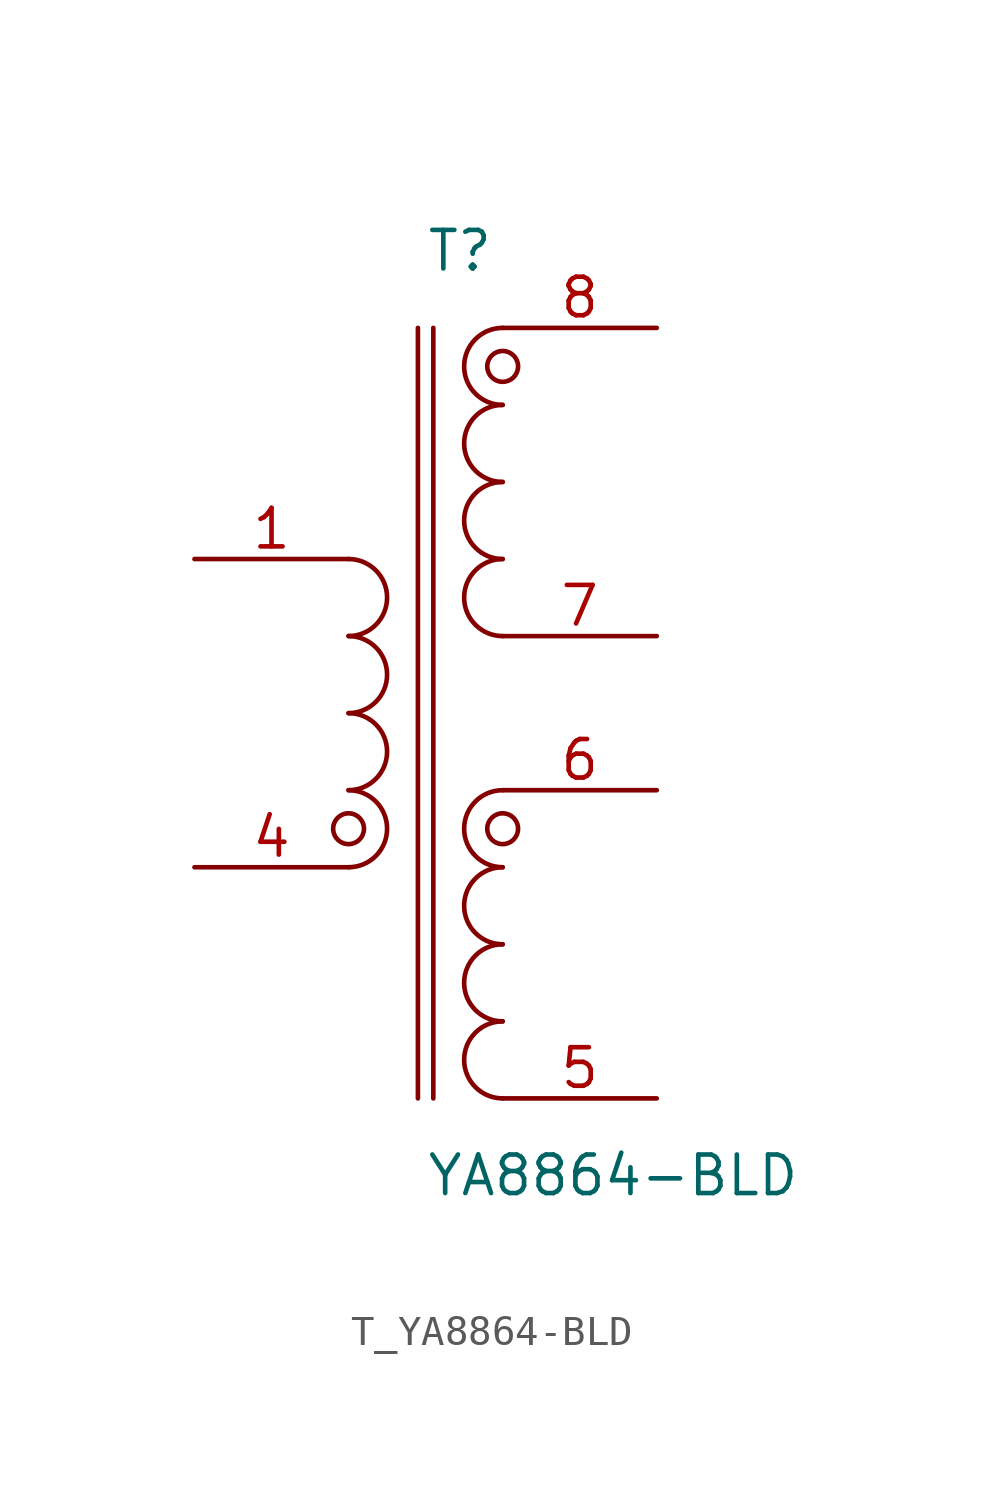
<source format=kicad_sym>
(kicad_symbol_lib
  (version 20231120)
  (generator kicad_symbol_editor)
  (generator_version 8.0)
  (symbol "T_YA8864-BLD"
    (pin_names
      (offset 0.254))
    (property "Reference" "T"
      (at 0.0 15.24 0)
      (effects (font (size 1.27 1.27)) (justify left)))
    (property "Value" "YA8864-BLD"
      (at 0.0 -15.24 0)
      (effects (font (size 1.27 1.27)) (justify left)))
    (symbol "T_YA8864-BLD_0_1"
      (arc (start -2.54 -5.08) (mid -1.27 -3.81) (end -2.54 -2.54) (stroke (width 0) (type default)) (fill (type none)))
      (arc (start -2.54 -2.54) (mid -1.27 -1.27) (end -2.54 0.0) (stroke (width 0) (type default)) (fill (type none)))
      (arc (start -2.54 0.0) (mid -1.27 1.27) (end -2.54 2.54) (stroke (width 0) (type default)) (fill (type none)))
      (arc (start -2.54 2.54) (mid -1.27 3.81) (end -2.54 5.08) (stroke (width 0) (type default)) (fill (type none)))
      (arc (start 2.54 2.54) (mid 1.27 3.81) (end 2.54 5.08) (stroke (width 0) (type default)) (fill (type none)))
      (arc (start 2.54 5.08) (mid 1.27 6.35) (end 2.54 7.62) (stroke (width 0) (type default)) (fill (type none)))
      (arc (start 2.54 7.62) (mid 1.27 8.89) (end 2.54 10.16) (stroke (width 0) (type default)) (fill (type none)))
      (arc (start 2.54 10.16) (mid 1.27 11.43) (end 2.54 12.7) (stroke (width 0) (type default)) (fill (type none)))
      (arc (start 2.54 -12.7) (mid 1.27 -11.43) (end 2.54 -10.16) (stroke (width 0) (type default)) (fill (type none)))
      (arc (start 2.54 -10.16) (mid 1.27 -8.89) (end 2.54 -7.62) (stroke (width 0) (type default)) (fill (type none)))
      (arc (start 2.54 -7.619999999999999) (mid 1.27 -6.35) (end 2.54 -5.079999999999999) (stroke (width 0) (type default)) (fill (type none)))
      (arc (start 2.54 -5.079999999999999) (mid 1.27 -3.809999999999999) (end 2.54 -2.539999999999999) (stroke (width 0) (type default)) (fill (type none)))
      (circle (center -2.54 -3.81) (radius 0.508) (stroke (width 0) (type default)) (fill (type none)))
      (circle (center 2.54 -3.81) (radius 0.508) (stroke (width 0) (type default)) (fill (type none)))
      (circle (center 2.54 11.43) (radius 0.508) (stroke (width 0) (type default)) (fill (type none)))
      (polyline (pts (xy -0.254 12.7) (xy -0.254 -12.7)) (stroke (width 0) (type default)) (fill (type none)))
      (polyline (pts (xy 0.254 12.7) (xy 0.254 -12.7)) (stroke (width 0) (type default)) (fill (type none)))
      (pin unspecified line (at -7.62 5.08 0) (length 5.08) (name "" (effects (font (size 1.27 1.27)))) (number "1" (effects (font (size 1.27 1.27)))))
      (pin no_connect line (at -7.62 2.54 0) (length 2.54) (name "" (effects (font (size 1.27 1.27)))) (number "2" (effects (font (size 1.27 1.27)))) hide)
      (pin no_connect line (at -7.62 -2.54 0) (length 2.54) (name "" (effects (font (size 1.27 1.27)))) (number "3" (effects (font (size 1.27 1.27)))) hide)
      (pin unspecified line (at -7.62 -5.08 0) (length 5.08) (name "" (effects (font (size 1.27 1.27)))) (number "4" (effects (font (size 1.27 1.27)))))
      (pin unspecified line (at 7.62 12.7 180) (length 5.08) (name "" (effects (font (size 1.27 1.27)))) (number "8" (effects (font (size 1.27 1.27)))))
      (pin unspecified line (at 7.62 2.54 180) (length 5.08) (name "" (effects (font (size 1.27 1.27)))) (number "7" (effects (font (size 1.27 1.27)))))
      (pin unspecified line (at 7.62 -2.54 180) (length 5.08) (name "" (effects (font (size 1.27 1.27)))) (number "6" (effects (font (size 1.27 1.27)))))
      (pin unspecified line (at 7.62 -12.7 180) (length 5.08) (name "" (effects (font (size 1.27 1.27)))) (number "5" (effects (font (size 1.27 1.27))))))))
</source>
